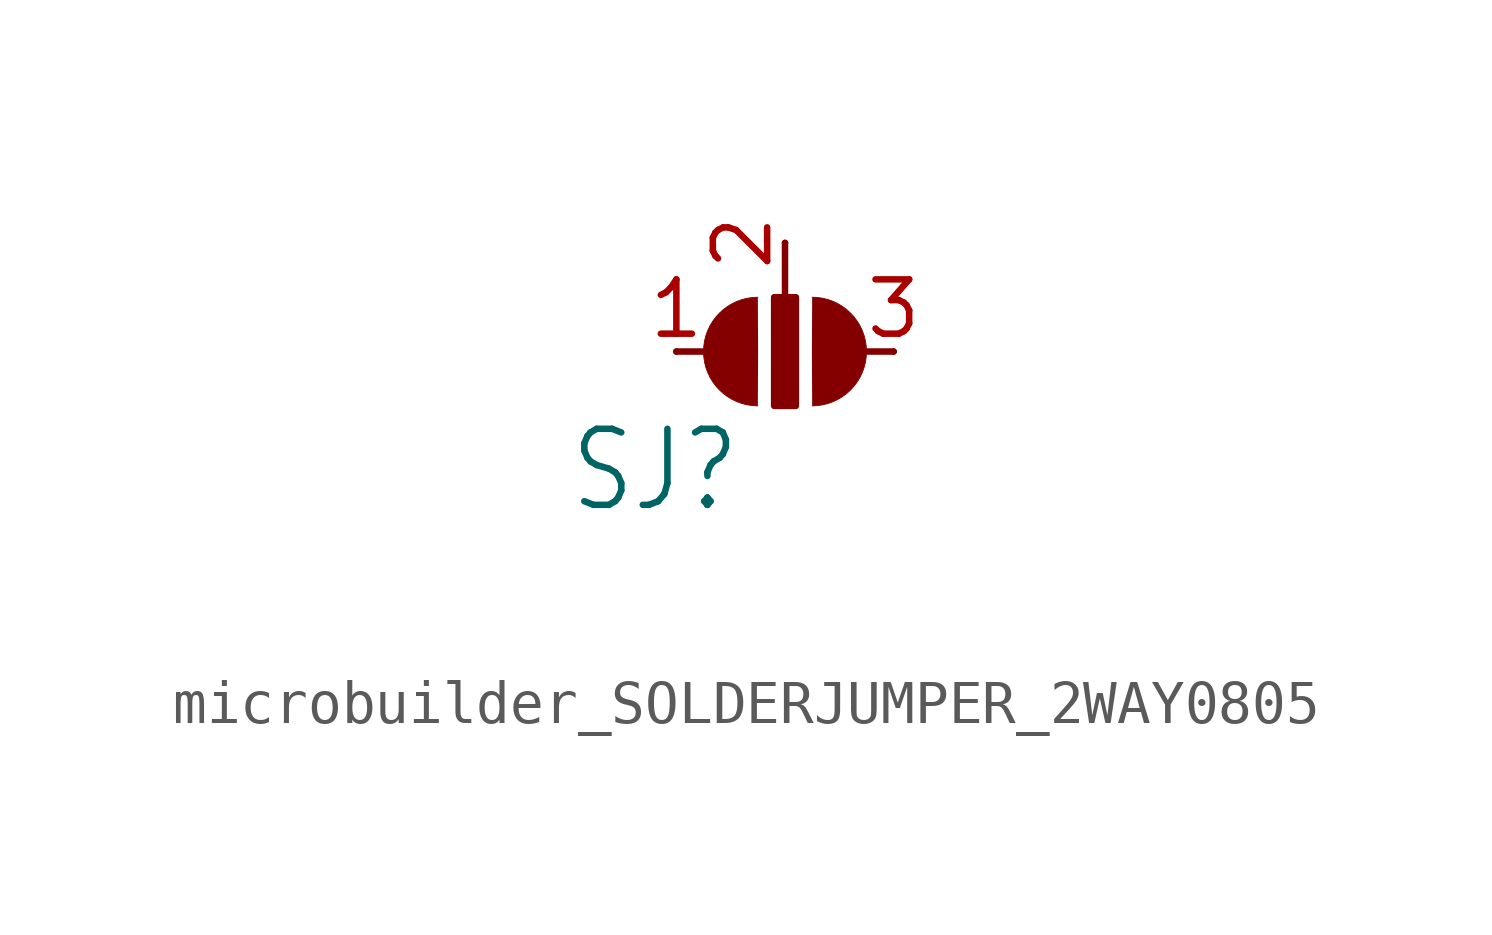
<source format=kicad_sym>
(kicad_symbol_lib
  (version 20220914)
  (generator kicad_symbol_editor)
  (symbol "microbuilder_SOLDERJUMPER_2WAY0805"
    (property "Reference" "SJ"
      (at -5.08 -3.81 0)
      (effects (font (size 1.778 1.511)) (justify left bottom)))
    (property "Value" ""
      (at -5.08 -6.35 0)
      (effects (font (size 1.778 1.511)) (justify left bottom)))
    (property "ki_locked" ""
      (at 0 0 0)
      (effects (font (size 1.27 1.27))))
    (symbol "microbuilder_SOLDERJUMPER_2WAY0805_1_0"
      (arc (start -0.635 1.27) (mid -1.8995 0) (end -0.635 -1.27) (stroke (width 0.0001) (type solid)) (fill (type outline)))
      (rectangle (start -0.254 -1.27) (end 0.254 1.27) (stroke (width 0) (type default)) (fill (type outline)))
      (polyline (pts (xy -2.54 0) (xy -1.651 0)) (stroke (width 0.152) (type solid)) (fill (type none)))
      (polyline (pts (xy 0 2.54) (xy 0 0.381)) (stroke (width 0.152) (type solid)) (fill (type none)))
      (polyline (pts (xy 2.54 0) (xy 1.651 0)) (stroke (width 0.152) (type solid)) (fill (type none)))
      (arc (start 0.635 -1.27) (mid 1.8995 0) (end 0.635 1.27) (stroke (width 0.0001) (type solid)) (fill (type outline)))
      (pin passive line (at -2.54 0 0) (length 0) (name "1" (effects (font (size 0 0)))) (number "1" (effects (font (size 1.27 1.27)))))
      (pin passive line (at 0 2.54 270) (length 0) (name "2" (effects (font (size 0 0)))) (number "2" (effects (font (size 1.27 1.27)))))
      (pin passive line (at 2.54 0 180) (length 0) (name "3" (effects (font (size 0 0)))) (number "3" (effects (font (size 1.27 1.27))))))))
</source>
